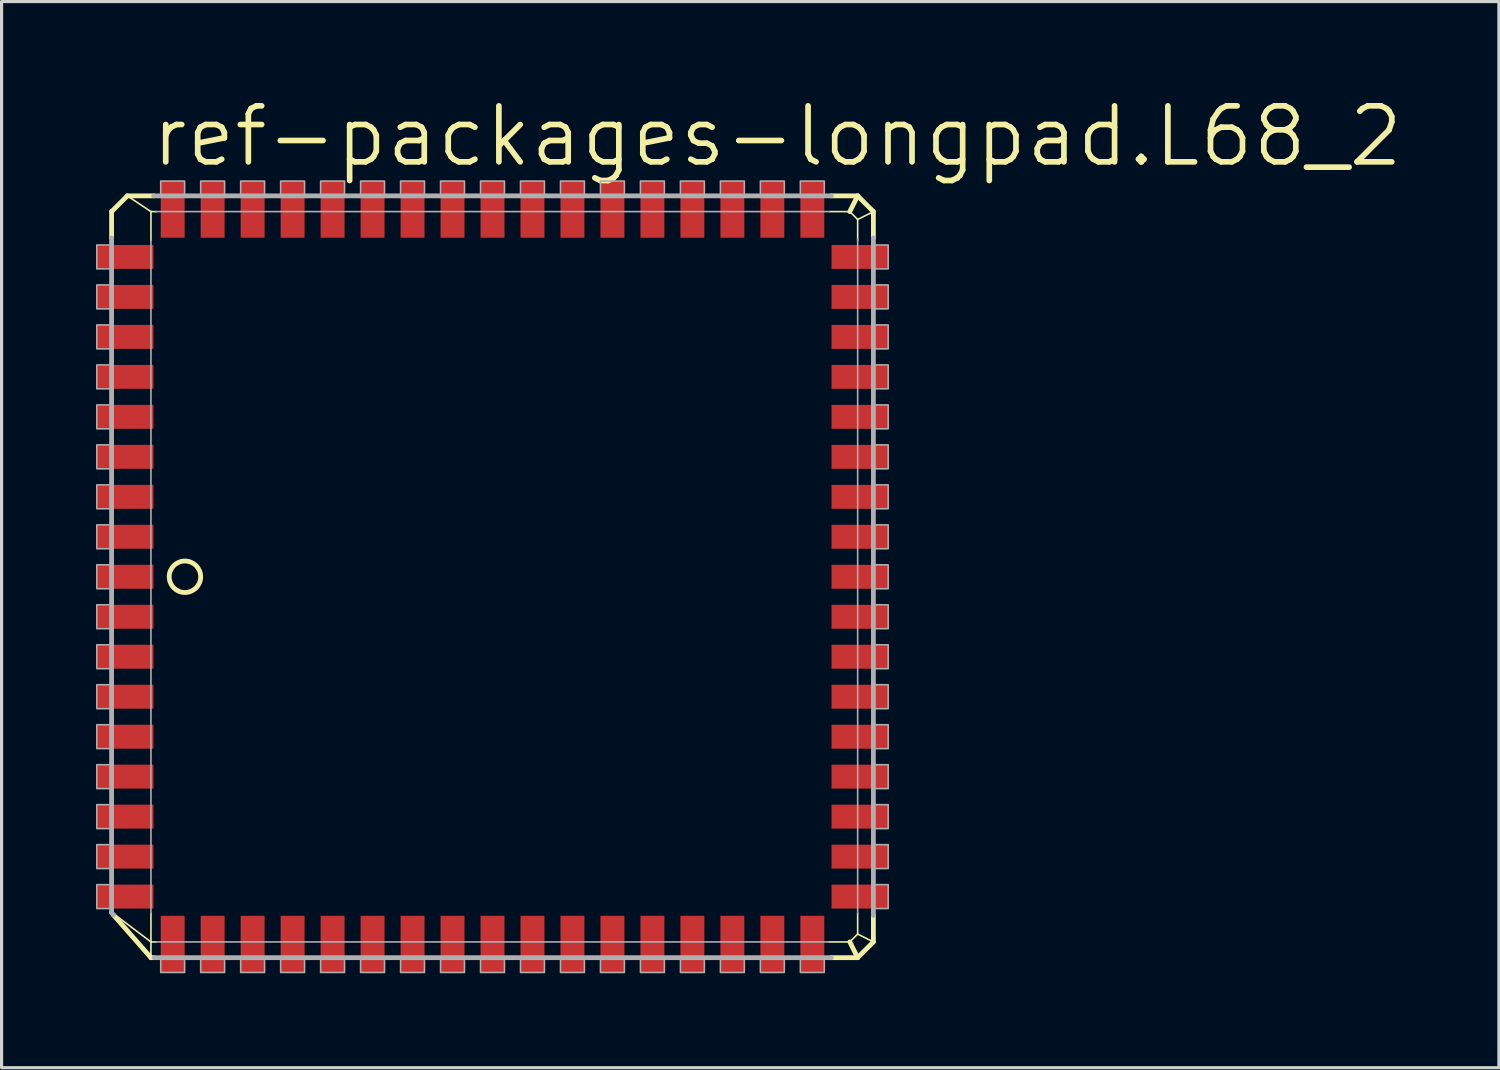
<source format=kicad_pcb>
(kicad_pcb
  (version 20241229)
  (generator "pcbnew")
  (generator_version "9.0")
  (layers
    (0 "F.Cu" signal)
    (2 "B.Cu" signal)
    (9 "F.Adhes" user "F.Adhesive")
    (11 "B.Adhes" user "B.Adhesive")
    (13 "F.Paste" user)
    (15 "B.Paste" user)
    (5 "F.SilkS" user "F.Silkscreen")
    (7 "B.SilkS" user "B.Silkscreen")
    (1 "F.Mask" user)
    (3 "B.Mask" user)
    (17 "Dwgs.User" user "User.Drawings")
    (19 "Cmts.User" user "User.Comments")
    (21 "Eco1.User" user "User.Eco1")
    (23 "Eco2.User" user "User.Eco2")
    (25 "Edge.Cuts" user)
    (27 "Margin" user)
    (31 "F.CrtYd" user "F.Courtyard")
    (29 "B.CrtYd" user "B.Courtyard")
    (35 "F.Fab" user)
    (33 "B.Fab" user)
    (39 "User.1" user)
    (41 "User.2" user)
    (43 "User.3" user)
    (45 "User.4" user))
  (footprint "ref-packages-longpad.L68_2"
    (layer "F.Cu")
    (at 12.595 15.272)
    (property "Reference" "ref-packages-longpad.L68_2" (at -10.922 -12.954 0) (layer "F.SilkS") (effects (font (size 1.778 1.778) (thickness 0.18)) (justify left bottom)))
    (attr smd)
    (fp_line (start -12.1 -11.6) (end -11.6 -12.1) (stroke (width 0.152) (type default)) (layer "F.SilkS"))
    (fp_line (start -12.1 -10.751) (end -12.1 -11.6) (stroke (width 0.152) (type default)) (layer "F.SilkS"))
    (fp_line (start -11.6 -12.1) (end -10.85 -11.6) (stroke (width 0.051) (type default)) (layer "F.SilkS"))
    (fp_line (start -11.6 -12.1) (end -10.751 -12.1) (stroke (width 0.152) (type default)) (layer "F.SilkS"))
    (fp_line (start -10.85 -11.6) (end -10.686 -11.6) (stroke (width 0.051) (type default)) (layer "F.SilkS"))
    (fp_line (start -10.85 -10.686) (end -10.85 -11.6) (stroke (width 0.051) (type default)) (layer "F.SilkS"))
    (fp_line (start -10.85 11.6) (end -12.035 10.707) (stroke (width 0.051) (type default)) (layer "F.SilkS"))
    (fp_line (start -10.85 11.6) (end -10.85 10.686) (stroke (width 0.051) (type default)) (layer "F.SilkS"))
    (fp_line (start -10.85 12.1) (end -12.04 10.745) (stroke (width 0.152) (type default)) (layer "F.SilkS"))
    (fp_line (start -10.85 12.1) (end -10.85 11.6) (stroke (width 0.051) (type default)) (layer "F.SilkS"))
    (fp_line (start -10.751 12.1) (end -10.85 12.1) (stroke (width 0.152) (type default)) (layer "F.SilkS"))
    (fp_line (start -10.686 11.6) (end -10.85 11.6) (stroke (width 0.051) (type default)) (layer "F.SilkS"))
    (fp_line (start 10.711 -11.6) (end 11.35 -11.6) (stroke (width 0.051) (type default)) (layer "F.SilkS"))
    (fp_line (start 10.751 -12.1) (end 11.6 -12.1) (stroke (width 0.152) (type default)) (layer "F.SilkS"))
    (fp_line (start 11.35 -11.6) (end 11.6 -12.1) (stroke (width 0.152) (type default)) (layer "F.SilkS"))
    (fp_line (start 11.35 -11.6) (end 11.6 -11.35) (stroke (width 0.051) (type default)) (layer "F.SilkS"))
    (fp_line (start 11.35 11.6) (end 10.686 11.6) (stroke (width 0.051) (type default)) (layer "F.SilkS"))
    (fp_line (start 11.6 -12.1) (end 12.1 -11.6) (stroke (width 0.152) (type default)) (layer "F.SilkS"))
    (fp_line (start 11.6 -11.35) (end 11.6 -10.686) (stroke (width 0.051) (type default)) (layer "F.SilkS"))
    (fp_line (start 11.6 -11.35) (end 12.1 -11.6) (stroke (width 0.051) (type default)) (layer "F.SilkS"))
    (fp_line (start 11.6 10.686) (end 11.6 11.35) (stroke (width 0.051) (type default)) (layer "F.SilkS"))
    (fp_line (start 11.6 11.35) (end 11.35 11.6) (stroke (width 0.051) (type default)) (layer "F.SilkS"))
    (fp_line (start 11.6 12.1) (end 10.751 12.1) (stroke (width 0.152) (type default)) (layer "F.SilkS"))
    (fp_line (start 11.6 12.1) (end 11.35 11.6) (stroke (width 0.152) (type default)) (layer "F.SilkS"))
    (fp_line (start 12.1 -11.6) (end 12.1 -10.751) (stroke (width 0.152) (type default)) (layer "F.SilkS"))
    (fp_line (start 12.1 10.751) (end 12.1 11.6) (stroke (width 0.152) (type default)) (layer "F.SilkS"))
    (fp_line (start 12.1 11.6) (end 11.6 11.35) (stroke (width 0.051) (type default)) (layer "F.SilkS"))
    (fp_line (start 12.1 11.6) (end 11.6 12.1) (stroke (width 0.152) (type default)) (layer "F.SilkS"))
    (fp_circle (center -9.77 0) (end -9.27 0) (stroke (width 0.152) (type default)) (fill no) (layer "F.SilkS"))
    (fp_line (start -12.1 10.667) (end -12.1 -10.761) (stroke (width 0.152) (type default)) (layer "F.Fab"))
    (fp_line (start -12.04 10.745) (end -12.1 10.671) (stroke (width 0.152) (type default)) (layer "F.Fab"))
    (fp_line (start -10.85 10.715) (end -10.85 -10.695) (stroke (width 0.051) (type default)) (layer "F.Fab"))
    (fp_line (start -10.761 -12.1) (end 10.763 -12.1) (stroke (width 0.152) (type default)) (layer "F.Fab"))
    (fp_line (start -10.704 -11.6) (end 10.715 -11.6) (stroke (width 0.051) (type default)) (layer "F.Fab"))
    (fp_line (start 10.715 11.6) (end -10.704 11.6) (stroke (width 0.051) (type default)) (layer "F.Fab"))
    (fp_line (start 10.761 12.1) (end -10.746 12.1) (stroke (width 0.152) (type default)) (layer "F.Fab"))
    (fp_line (start 11.6 -10.715) (end 11.6 10.715) (stroke (width 0.051) (type default)) (layer "F.Fab"))
    (fp_line (start 12.1 -10.761) (end 12.1 10.761) (stroke (width 0.152) (type default)) (layer "F.Fab"))
    (fp_rect (start -12.57 -9.78) (end -12.1 -10.54) (stroke (width 0.05) (type default)) (fill no) (layer "F.Fab"))
    (fp_rect (start -12.57 -8.51) (end -12.1 -9.27) (stroke (width 0.05) (type default)) (fill no) (layer "F.Fab"))
    (fp_rect (start -12.57 -7.24) (end -12.1 -8) (stroke (width 0.05) (type default)) (fill no) (layer "F.Fab"))
    (fp_rect (start -12.57 -5.97) (end -12.1 -6.73) (stroke (width 0.05) (type default)) (fill no) (layer "F.Fab"))
    (fp_rect (start -12.57 -4.7) (end -12.1 -5.46) (stroke (width 0.05) (type default)) (fill no) (layer "F.Fab"))
    (fp_rect (start -12.57 -3.43) (end -12.1 -4.19) (stroke (width 0.05) (type default)) (fill no) (layer "F.Fab"))
    (fp_rect (start -12.57 -2.16) (end -12.1 -2.92) (stroke (width 0.05) (type default)) (fill no) (layer "F.Fab"))
    (fp_rect (start -12.57 -0.89) (end -12.1 -1.65) (stroke (width 0.05) (type default)) (fill no) (layer "F.Fab"))
    (fp_rect (start -12.57 0.38) (end -12.1 -0.38) (stroke (width 0.05) (type default)) (fill no) (layer "F.Fab"))
    (fp_rect (start -12.57 1.65) (end -12.1 0.89) (stroke (width 0.05) (type default)) (fill no) (layer "F.Fab"))
    (fp_rect (start -12.57 2.92) (end -12.1 2.16) (stroke (width 0.05) (type default)) (fill no) (layer "F.Fab"))
    (fp_rect (start -12.57 4.19) (end -12.1 3.43) (stroke (width 0.05) (type default)) (fill no) (layer "F.Fab"))
    (fp_rect (start -12.57 5.46) (end -12.1 4.7) (stroke (width 0.05) (type default)) (fill no) (layer "F.Fab"))
    (fp_rect (start -12.57 6.73) (end -12.1 5.97) (stroke (width 0.05) (type default)) (fill no) (layer "F.Fab"))
    (fp_rect (start -12.57 8) (end -12.1 7.24) (stroke (width 0.05) (type default)) (fill no) (layer "F.Fab"))
    (fp_rect (start -12.57 9.27) (end -12.1 8.51) (stroke (width 0.05) (type default)) (fill no) (layer "F.Fab"))
    (fp_rect (start -12.57 10.54) (end -12.1 9.78) (stroke (width 0.05) (type default)) (fill no) (layer "F.Fab"))
    (fp_rect (start -10.54 -12.1) (end -9.78 -12.57) (stroke (width 0.05) (type default)) (fill no) (layer "F.Fab"))
    (fp_rect (start -10.54 12.57) (end -9.78 12.1) (stroke (width 0.05) (type default)) (fill no) (layer "F.Fab"))
    (fp_rect (start -9.27 -12.1) (end -8.51 -12.57) (stroke (width 0.05) (type default)) (fill no) (layer "F.Fab"))
    (fp_rect (start -9.27 12.57) (end -8.51 12.1) (stroke (width 0.05) (type default)) (fill no) (layer "F.Fab"))
    (fp_rect (start -8 -12.1) (end -7.24 -12.57) (stroke (width 0.05) (type default)) (fill no) (layer "F.Fab"))
    (fp_rect (start -8 12.57) (end -7.24 12.1) (stroke (width 0.05) (type default)) (fill no) (layer "F.Fab"))
    (fp_rect (start -6.73 -12.1) (end -5.97 -12.57) (stroke (width 0.05) (type default)) (fill no) (layer "F.Fab"))
    (fp_rect (start -6.73 12.57) (end -5.97 12.1) (stroke (width 0.05) (type default)) (fill no) (layer "F.Fab"))
    (fp_rect (start -5.46 -12.1) (end -4.7 -12.57) (stroke (width 0.05) (type default)) (fill no) (layer "F.Fab"))
    (fp_rect (start -5.46 12.57) (end -4.7 12.1) (stroke (width 0.05) (type default)) (fill no) (layer "F.Fab"))
    (fp_rect (start -4.19 -12.1) (end -3.43 -12.57) (stroke (width 0.05) (type default)) (fill no) (layer "F.Fab"))
    (fp_rect (start -4.19 12.57) (end -3.43 12.1) (stroke (width 0.05) (type default)) (fill no) (layer "F.Fab"))
    (fp_rect (start -2.92 -12.1) (end -2.16 -12.57) (stroke (width 0.05) (type default)) (fill no) (layer "F.Fab"))
    (fp_rect (start -2.92 12.57) (end -2.16 12.1) (stroke (width 0.05) (type default)) (fill no) (layer "F.Fab"))
    (fp_rect (start -1.65 -12.1) (end -0.89 -12.57) (stroke (width 0.05) (type default)) (fill no) (layer "F.Fab"))
    (fp_rect (start -1.65 12.57) (end -0.89 12.1) (stroke (width 0.05) (type default)) (fill no) (layer "F.Fab"))
    (fp_rect (start -0.38 -12.1) (end 0.38 -12.57) (stroke (width 0.05) (type default)) (fill no) (layer "F.Fab"))
    (fp_rect (start -0.38 12.57) (end 0.38 12.1) (stroke (width 0.05) (type default)) (fill no) (layer "F.Fab"))
    (fp_rect (start 0.89 -12.1) (end 1.65 -12.57) (stroke (width 0.05) (type default)) (fill no) (layer "F.Fab"))
    (fp_rect (start 0.89 12.57) (end 1.65 12.1) (stroke (width 0.05) (type default)) (fill no) (layer "F.Fab"))
    (fp_rect (start 2.16 -12.1) (end 2.92 -12.57) (stroke (width 0.05) (type default)) (fill no) (layer "F.Fab"))
    (fp_rect (start 2.16 12.57) (end 2.92 12.1) (stroke (width 0.05) (type default)) (fill no) (layer "F.Fab"))
    (fp_rect (start 3.43 -12.1) (end 4.19 -12.57) (stroke (width 0.05) (type default)) (fill no) (layer "F.Fab"))
    (fp_rect (start 3.43 12.57) (end 4.19 12.1) (stroke (width 0.05) (type default)) (fill no) (layer "F.Fab"))
    (fp_rect (start 4.7 -12.1) (end 5.46 -12.57) (stroke (width 0.05) (type default)) (fill no) (layer "F.Fab"))
    (fp_rect (start 4.7 12.57) (end 5.46 12.1) (stroke (width 0.05) (type default)) (fill no) (layer "F.Fab"))
    (fp_rect (start 5.97 -12.1) (end 6.73 -12.57) (stroke (width 0.05) (type default)) (fill no) (layer "F.Fab"))
    (fp_rect (start 5.97 12.57) (end 6.73 12.1) (stroke (width 0.05) (type default)) (fill no) (layer "F.Fab"))
    (fp_rect (start 7.24 -12.1) (end 8 -12.57) (stroke (width 0.05) (type default)) (fill no) (layer "F.Fab"))
    (fp_rect (start 7.24 12.57) (end 8 12.1) (stroke (width 0.05) (type default)) (fill no) (layer "F.Fab"))
    (fp_rect (start 8.51 -12.1) (end 9.27 -12.57) (stroke (width 0.05) (type default)) (fill no) (layer "F.Fab"))
    (fp_rect (start 8.51 12.57) (end 9.27 12.1) (stroke (width 0.05) (type default)) (fill no) (layer "F.Fab"))
    (fp_rect (start 9.78 -12.1) (end 10.54 -12.57) (stroke (width 0.05) (type default)) (fill no) (layer "F.Fab"))
    (fp_rect (start 9.78 12.57) (end 10.54 12.1) (stroke (width 0.05) (type default)) (fill no) (layer "F.Fab"))
    (fp_rect (start 12.1 -9.78) (end 12.57 -10.54) (stroke (width 0.05) (type default)) (fill no) (layer "F.Fab"))
    (fp_rect (start 12.1 -8.51) (end 12.57 -9.27) (stroke (width 0.05) (type default)) (fill no) (layer "F.Fab"))
    (fp_rect (start 12.1 -7.24) (end 12.57 -8) (stroke (width 0.05) (type default)) (fill no) (layer "F.Fab"))
    (fp_rect (start 12.1 -5.97) (end 12.57 -6.73) (stroke (width 0.05) (type default)) (fill no) (layer "F.Fab"))
    (fp_rect (start 12.1 -4.7) (end 12.57 -5.46) (stroke (width 0.05) (type default)) (fill no) (layer "F.Fab"))
    (fp_rect (start 12.1 -3.43) (end 12.57 -4.19) (stroke (width 0.05) (type default)) (fill no) (layer "F.Fab"))
    (fp_rect (start 12.1 -2.16) (end 12.57 -2.92) (stroke (width 0.05) (type default)) (fill no) (layer "F.Fab"))
    (fp_rect (start 12.1 -0.89) (end 12.57 -1.65) (stroke (width 0.05) (type default)) (fill no) (layer "F.Fab"))
    (fp_rect (start 12.1 0.38) (end 12.57 -0.38) (stroke (width 0.05) (type default)) (fill no) (layer "F.Fab"))
    (fp_rect (start 12.1 1.65) (end 12.57 0.89) (stroke (width 0.05) (type default)) (fill no) (layer "F.Fab"))
    (fp_rect (start 12.1 2.92) (end 12.57 2.16) (stroke (width 0.05) (type default)) (fill no) (layer "F.Fab"))
    (fp_rect (start 12.1 4.19) (end 12.57 3.43) (stroke (width 0.05) (type default)) (fill no) (layer "F.Fab"))
    (fp_rect (start 12.1 5.46) (end 12.57 4.7) (stroke (width 0.05) (type default)) (fill no) (layer "F.Fab"))
    (fp_rect (start 12.1 6.73) (end 12.57 5.97) (stroke (width 0.05) (type default)) (fill no) (layer "F.Fab"))
    (fp_rect (start 12.1 8) (end 12.57 7.24) (stroke (width 0.05) (type default)) (fill no) (layer "F.Fab"))
    (fp_rect (start 12.1 9.27) (end 12.57 8.51) (stroke (width 0.05) (type default)) (fill no) (layer "F.Fab"))
    (fp_rect (start 12.1 10.54) (end 12.57 9.78) (stroke (width 0.05) (type default)) (fill no) (layer "F.Fab"))
    (pad "1" smd roundrect (at -11.67 0) (size 1.8 0.76) (layers "F.Cu" "F.Mask" "F.Paste") (roundrect_rratio 0.01))
    (pad "2" smd roundrect (at -11.67 1.27) (size 1.8 0.76) (layers "F.Cu" "F.Mask" "F.Paste") (roundrect_rratio 0.01))
    (pad "3" smd roundrect (at -11.67 2.54) (size 1.8 0.76) (layers "F.Cu" "F.Mask" "F.Paste") (roundrect_rratio 0.01))
    (pad "4" smd roundrect (at -11.67 3.81) (size 1.8 0.76) (layers "F.Cu" "F.Mask" "F.Paste") (roundrect_rratio 0.01))
    (pad "5" smd roundrect (at -11.67 5.08) (size 1.8 0.76) (layers "F.Cu" "F.Mask" "F.Paste") (roundrect_rratio 0.01))
    (pad "6" smd roundrect (at -11.67 6.35) (size 1.8 0.76) (layers "F.Cu" "F.Mask" "F.Paste") (roundrect_rratio 0.01))
    (pad "7" smd roundrect (at -11.67 7.62) (size 1.8 0.76) (layers "F.Cu" "F.Mask" "F.Paste") (roundrect_rratio 0.01))
    (pad "8" smd roundrect (at -11.67 8.89) (size 1.8 0.76) (layers "F.Cu" "F.Mask" "F.Paste") (roundrect_rratio 0.01))
    (pad "9" smd roundrect (at -11.67 10.16) (size 1.8 0.76) (layers "F.Cu" "F.Mask" "F.Paste") (roundrect_rratio 0.01))
    (pad "10" smd roundrect (at -10.16 11.67) (size 0.76 1.8) (layers "F.Cu" "F.Mask" "F.Paste") (roundrect_rratio 0.01))
    (pad "11" smd roundrect (at -8.89 11.67) (size 0.76 1.8) (layers "F.Cu" "F.Mask" "F.Paste") (roundrect_rratio 0.01))
    (pad "12" smd roundrect (at -7.62 11.67) (size 0.76 1.8) (layers "F.Cu" "F.Mask" "F.Paste") (roundrect_rratio 0.01))
    (pad "13" smd roundrect (at -6.35 11.67) (size 0.76 1.8) (layers "F.Cu" "F.Mask" "F.Paste") (roundrect_rratio 0.01))
    (pad "14" smd roundrect (at -5.08 11.67) (size 0.76 1.8) (layers "F.Cu" "F.Mask" "F.Paste") (roundrect_rratio 0.01))
    (pad "15" smd roundrect (at -3.81 11.67) (size 0.76 1.8) (layers "F.Cu" "F.Mask" "F.Paste") (roundrect_rratio 0.01))
    (pad "16" smd roundrect (at -2.54 11.67) (size 0.76 1.8) (layers "F.Cu" "F.Mask" "F.Paste") (roundrect_rratio 0.01))
    (pad "17" smd roundrect (at -1.27 11.67) (size 0.76 1.8) (layers "F.Cu" "F.Mask" "F.Paste") (roundrect_rratio 0.01))
    (pad "18" smd roundrect (at 0 11.67) (size 0.76 1.8) (layers "F.Cu" "F.Mask" "F.Paste") (roundrect_rratio 0.01))
    (pad "19" smd roundrect (at 1.27 11.67) (size 0.76 1.8) (layers "F.Cu" "F.Mask" "F.Paste") (roundrect_rratio 0.01))
    (pad "20" smd roundrect (at 2.54 11.67) (size 0.76 1.8) (layers "F.Cu" "F.Mask" "F.Paste") (roundrect_rratio 0.01))
    (pad "21" smd roundrect (at 3.81 11.67) (size 0.76 1.8) (layers "F.Cu" "F.Mask" "F.Paste") (roundrect_rratio 0.01))
    (pad "22" smd roundrect (at 5.08 11.67) (size 0.76 1.8) (layers "F.Cu" "F.Mask" "F.Paste") (roundrect_rratio 0.01))
    (pad "23" smd roundrect (at 6.35 11.67) (size 0.76 1.8) (layers "F.Cu" "F.Mask" "F.Paste") (roundrect_rratio 0.01))
    (pad "24" smd roundrect (at 7.62 11.67) (size 0.76 1.8) (layers "F.Cu" "F.Mask" "F.Paste") (roundrect_rratio 0.01))
    (pad "25" smd roundrect (at 8.89 11.67) (size 0.76 1.8) (layers "F.Cu" "F.Mask" "F.Paste") (roundrect_rratio 0.01))
    (pad "26" smd roundrect (at 10.16 11.67) (size 0.76 1.8) (layers "F.Cu" "F.Mask" "F.Paste") (roundrect_rratio 0.01))
    (pad "27" smd roundrect (at 11.67 10.16) (size 1.8 0.76) (layers "F.Cu" "F.Mask" "F.Paste") (roundrect_rratio 0.01))
    (pad "28" smd roundrect (at 11.67 8.89) (size 1.8 0.76) (layers "F.Cu" "F.Mask" "F.Paste") (roundrect_rratio 0.01))
    (pad "29" smd roundrect (at 11.67 7.62) (size 1.8 0.76) (layers "F.Cu" "F.Mask" "F.Paste") (roundrect_rratio 0.01))
    (pad "30" smd roundrect (at 11.67 6.35) (size 1.8 0.76) (layers "F.Cu" "F.Mask" "F.Paste") (roundrect_rratio 0.01))
    (pad "31" smd roundrect (at 11.67 5.08) (size 1.8 0.76) (layers "F.Cu" "F.Mask" "F.Paste") (roundrect_rratio 0.01))
    (pad "32" smd roundrect (at 11.67 3.81) (size 1.8 0.76) (layers "F.Cu" "F.Mask" "F.Paste") (roundrect_rratio 0.01))
    (pad "33" smd roundrect (at 11.67 2.54) (size 1.8 0.76) (layers "F.Cu" "F.Mask" "F.Paste") (roundrect_rratio 0.01))
    (pad "34" smd roundrect (at 11.67 1.27) (size 1.8 0.76) (layers "F.Cu" "F.Mask" "F.Paste") (roundrect_rratio 0.01))
    (pad "35" smd roundrect (at 11.67 0) (size 1.8 0.76) (layers "F.Cu" "F.Mask" "F.Paste") (roundrect_rratio 0.01))
    (pad "36" smd roundrect (at 11.67 -1.27) (size 1.8 0.76) (layers "F.Cu" "F.Mask" "F.Paste") (roundrect_rratio 0.01))
    (pad "37" smd roundrect (at 11.67 -2.54) (size 1.8 0.76) (layers "F.Cu" "F.Mask" "F.Paste") (roundrect_rratio 0.01))
    (pad "38" smd roundrect (at 11.67 -3.81) (size 1.8 0.76) (layers "F.Cu" "F.Mask" "F.Paste") (roundrect_rratio 0.01))
    (pad "39" smd roundrect (at 11.67 -5.08) (size 1.8 0.76) (layers "F.Cu" "F.Mask" "F.Paste") (roundrect_rratio 0.01))
    (pad "40" smd roundrect (at 11.67 -6.35) (size 1.8 0.76) (layers "F.Cu" "F.Mask" "F.Paste") (roundrect_rratio 0.01))
    (pad "41" smd roundrect (at 11.67 -7.62) (size 1.8 0.76) (layers "F.Cu" "F.Mask" "F.Paste") (roundrect_rratio 0.01))
    (pad "42" smd roundrect (at 11.67 -8.89) (size 1.8 0.76) (layers "F.Cu" "F.Mask" "F.Paste") (roundrect_rratio 0.01))
    (pad "43" smd roundrect (at 11.67 -10.16) (size 1.8 0.76) (layers "F.Cu" "F.Mask" "F.Paste") (roundrect_rratio 0.01))
    (pad "44" smd roundrect (at 10.16 -11.67) (size 0.76 1.8) (layers "F.Cu" "F.Mask" "F.Paste") (roundrect_rratio 0.01))
    (pad "45" smd roundrect (at 8.89 -11.67) (size 0.76 1.8) (layers "F.Cu" "F.Mask" "F.Paste") (roundrect_rratio 0.01))
    (pad "46" smd roundrect (at 7.62 -11.67) (size 0.76 1.8) (layers "F.Cu" "F.Mask" "F.Paste") (roundrect_rratio 0.01))
    (pad "47" smd roundrect (at 6.35 -11.67) (size 0.76 1.8) (layers "F.Cu" "F.Mask" "F.Paste") (roundrect_rratio 0.01))
    (pad "48" smd roundrect (at 5.08 -11.67) (size 0.76 1.8) (layers "F.Cu" "F.Mask" "F.Paste") (roundrect_rratio 0.01))
    (pad "49" smd roundrect (at 3.81 -11.67) (size 0.76 1.8) (layers "F.Cu" "F.Mask" "F.Paste") (roundrect_rratio 0.01))
    (pad "50" smd roundrect (at 2.54 -11.67) (size 0.76 1.8) (layers "F.Cu" "F.Mask" "F.Paste") (roundrect_rratio 0.01))
    (pad "51" smd roundrect (at 1.27 -11.67) (size 0.76 1.8) (layers "F.Cu" "F.Mask" "F.Paste") (roundrect_rratio 0.01))
    (pad "52" smd roundrect (at 0 -11.67) (size 0.76 1.8) (layers "F.Cu" "F.Mask" "F.Paste") (roundrect_rratio 0.01))
    (pad "53" smd roundrect (at -1.27 -11.67) (size 0.76 1.8) (layers "F.Cu" "F.Mask" "F.Paste") (roundrect_rratio 0.01))
    (pad "54" smd roundrect (at -2.54 -11.67) (size 0.76 1.8) (layers "F.Cu" "F.Mask" "F.Paste") (roundrect_rratio 0.01))
    (pad "55" smd roundrect (at -3.81 -11.67) (size 0.76 1.8) (layers "F.Cu" "F.Mask" "F.Paste") (roundrect_rratio 0.01))
    (pad "56" smd roundrect (at -5.08 -11.67) (size 0.76 1.8) (layers "F.Cu" "F.Mask" "F.Paste") (roundrect_rratio 0.01))
    (pad "57" smd roundrect (at -6.35 -11.67) (size 0.76 1.8) (layers "F.Cu" "F.Mask" "F.Paste") (roundrect_rratio 0.01))
    (pad "58" smd roundrect (at -7.62 -11.67) (size 0.76 1.8) (layers "F.Cu" "F.Mask" "F.Paste") (roundrect_rratio 0.01))
    (pad "59" smd roundrect (at -8.89 -11.67) (size 0.76 1.8) (layers "F.Cu" "F.Mask" "F.Paste") (roundrect_rratio 0.01))
    (pad "60" smd roundrect (at -10.16 -11.67) (size 0.76 1.8) (layers "F.Cu" "F.Mask" "F.Paste") (roundrect_rratio 0.01))
    (pad "61" smd roundrect (at -11.67 -10.16) (size 1.8 0.76) (layers "F.Cu" "F.Mask" "F.Paste") (roundrect_rratio 0.01))
    (pad "62" smd roundrect (at -11.67 -8.89) (size 1.8 0.76) (layers "F.Cu" "F.Mask" "F.Paste") (roundrect_rratio 0.01))
    (pad "63" smd roundrect (at -11.67 -7.62) (size 1.8 0.76) (layers "F.Cu" "F.Mask" "F.Paste") (roundrect_rratio 0.01))
    (pad "64" smd roundrect (at -11.67 -6.35) (size 1.8 0.76) (layers "F.Cu" "F.Mask" "F.Paste") (roundrect_rratio 0.01))
    (pad "65" smd roundrect (at -11.67 -5.08) (size 1.8 0.76) (layers "F.Cu" "F.Mask" "F.Paste") (roundrect_rratio 0.01))
    (pad "66" smd roundrect (at -11.67 -3.81) (size 1.8 0.76) (layers "F.Cu" "F.Mask" "F.Paste") (roundrect_rratio 0.01))
    (pad "67" smd roundrect (at -11.67 -2.54) (size 1.8 0.76) (layers "F.Cu" "F.Mask" "F.Paste") (roundrect_rratio 0.01))
    (pad "68" smd roundrect (at -11.67 -1.27) (size 1.8 0.76) (layers "F.Cu" "F.Mask" "F.Paste") (roundrect_rratio 0.01)))
  (gr_rect
    (start -3 -3)
    (end 44.566 30.867)
    (stroke (width 0.1) (type default))
    (fill no)
    (layer "Edge.Cuts")))
</source>
